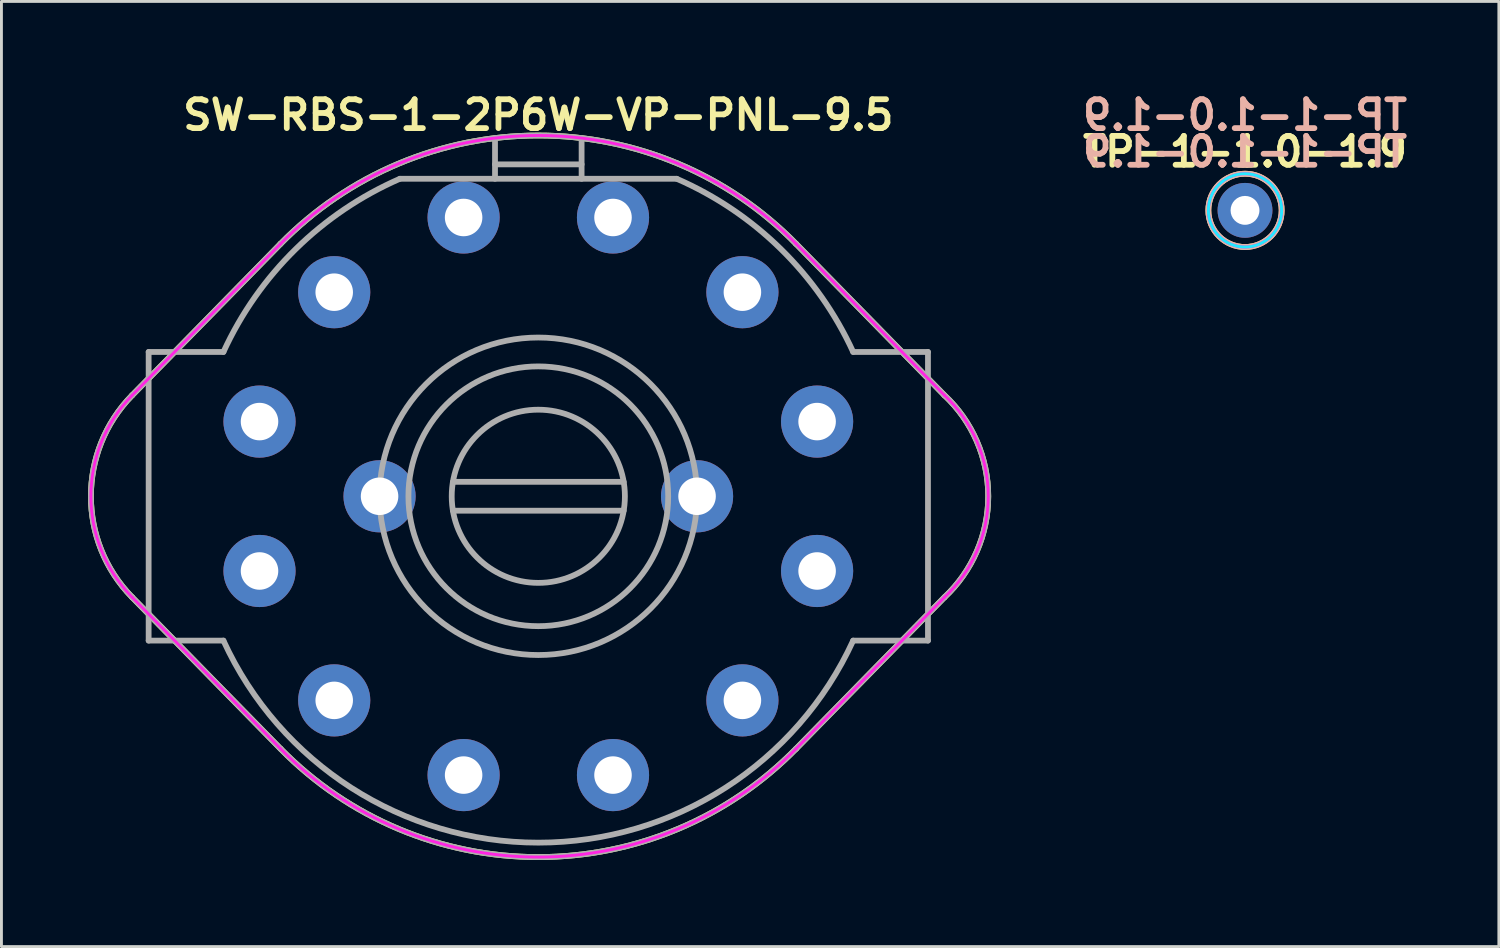
<source format=kicad_pcb>
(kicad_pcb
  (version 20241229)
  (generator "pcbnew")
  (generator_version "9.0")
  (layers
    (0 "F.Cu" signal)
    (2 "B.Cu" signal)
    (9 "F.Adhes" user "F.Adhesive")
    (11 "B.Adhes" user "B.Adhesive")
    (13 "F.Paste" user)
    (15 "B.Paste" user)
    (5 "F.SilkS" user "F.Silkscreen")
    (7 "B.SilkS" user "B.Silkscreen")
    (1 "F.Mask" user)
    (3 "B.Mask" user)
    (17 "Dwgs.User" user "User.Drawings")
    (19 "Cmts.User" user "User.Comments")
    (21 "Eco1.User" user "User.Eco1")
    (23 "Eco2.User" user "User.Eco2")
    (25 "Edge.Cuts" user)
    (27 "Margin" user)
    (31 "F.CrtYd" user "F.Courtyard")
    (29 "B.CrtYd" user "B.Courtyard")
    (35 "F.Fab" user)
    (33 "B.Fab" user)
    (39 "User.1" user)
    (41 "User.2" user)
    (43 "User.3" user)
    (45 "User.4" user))
  (footprint "SW-RBS-1-2P6W-VP-PNL-9.5"
    (layer "F.Cu")
    (at 15.6 14.144)
    (property "Reference" "SW-RBS-1-2P6W-VP-PNL-9.5" (at 0 -13.208 0) (layer "F.SilkS") (effects (font (size 1 1) (thickness 0.2))))
    (attr through_hole)
    (fp_line (start -14.071 -3.499) (end -8.929 -8.748) (stroke (width 0.2) (type solid)) (layer "F.SilkS"))
    (fp_line (start -14.071 3.499) (end -8.929 8.748) (stroke (width 0.2) (type solid)) (layer "F.SilkS"))
    (fp_line (start 8.929 -8.748) (end 14.071 -3.499) (stroke (width 0.2) (type solid)) (layer "F.SilkS"))
    (fp_line (start 8.929 8.748) (end 14.071 3.499) (stroke (width 0.2) (type solid)) (layer "F.SilkS"))
    (fp_arc (start -14.073297 3.497362) (mid -15.499999 -0.001335) (end -14.071428 -3.49927) (stroke (width 0.2) (type solid)) (layer "F.SilkS"))
    (fp_arc (start -8.933244 -8.743404) (mid -0.00334 -12.499998) (end 8.92857 -8.748177) (stroke (width 0.2) (type solid)) (layer "F.SilkS"))
    (fp_arc (start 8.933244 8.743404) (mid 0.00334 12.499998) (end -8.92857 8.748177) (stroke (width 0.2) (type solid)) (layer "F.SilkS"))
    (fp_arc (start 14.069435 -3.501135) (mid 15.588732 -0.001365) (end 14.071428 3.49927) (stroke (width 0.2) (type solid)) (layer "F.SilkS"))
    (fp_circle (center 0 0) (end 4.75 0) (stroke (width 0.4) (type solid)) (fill no) (layer "Eco1.User"))
    (fp_line (start -14.071 -3.499) (end -8.929 -8.748) (stroke (width 0.1) (type solid)) (layer "F.CrtYd"))
    (fp_line (start -14.071 3.499) (end -8.929 8.748) (stroke (width 0.1) (type solid)) (layer "F.CrtYd"))
    (fp_line (start 8.929 -8.748) (end 14.071 -3.499) (stroke (width 0.1) (type solid)) (layer "F.CrtYd"))
    (fp_line (start 8.929 8.748) (end 14.071 3.499) (stroke (width 0.1) (type solid)) (layer "F.CrtYd"))
    (fp_arc (start -14.073297 3.497362) (mid -15.499999 -0.001335) (end -14.071428 -3.49927) (stroke (width 0.1) (type solid)) (layer "F.CrtYd"))
    (fp_arc (start -8.933244 -8.743404) (mid -0.00334 -12.499998) (end 8.92857 -8.748177) (stroke (width 0.1) (type solid)) (layer "F.CrtYd"))
    (fp_arc (start 8.933244 8.743404) (mid 0.00334 12.499998) (end -8.92857 8.748177) (stroke (width 0.1) (type solid)) (layer "F.CrtYd"))
    (fp_arc (start 14.069435 -3.501135) (mid 15.588732 -0.001365) (end 14.071428 3.49927) (stroke (width 0.1) (type solid)) (layer "F.CrtYd"))
    (fp_line (start -14.071 -3.499) (end -8.929 -8.748) (stroke (width 0.2) (type solid)) (layer "F.Fab"))
    (fp_line (start -14.071 3.499) (end -8.929 8.748) (stroke (width 0.2) (type solid)) (layer "F.Fab"))
    (fp_line (start -13.5 -5) (end -13.5 5) (stroke (width 0.2) (type solid)) (layer "F.Fab"))
    (fp_line (start -13.5 -5) (end -10.909 -5) (stroke (width 0.2) (type solid)) (layer "F.Fab"))
    (fp_line (start -13.5 5) (end -10.909 5) (stroke (width 0.2) (type solid)) (layer "F.Fab"))
    (fp_line (start -4.796 -11) (end 4.796 -11) (stroke (width 0.2) (type solid)) (layer "F.Fab"))
    (fp_line (start -2.958 -0.5) (end 2.958 -0.5) (stroke (width 0.2) (type solid)) (layer "F.Fab"))
    (fp_line (start -2.958 0.5) (end 2.958 0.5) (stroke (width 0.2) (type solid)) (layer "F.Fab"))
    (fp_line (start -1.5 -12.41) (end -1.5 -11) (stroke (width 0.2) (type solid)) (layer "F.Fab"))
    (fp_line (start -1.5 -11.5) (end 1.5 -11.5) (stroke (width 0.2) (type solid)) (layer "F.Fab"))
    (fp_line (start 1.5 -12.41) (end 1.5 -11) (stroke (width 0.2) (type solid)) (layer "F.Fab"))
    (fp_line (start 8.929 -8.748) (end 14.071 -3.499) (stroke (width 0.2) (type solid)) (layer "F.Fab"))
    (fp_line (start 8.929 8.748) (end 14.071 3.499) (stroke (width 0.2) (type solid)) (layer "F.Fab"))
    (fp_line (start 10.909 -5) (end 13.5 -5) (stroke (width 0.2) (type solid)) (layer "F.Fab"))
    (fp_line (start 10.909 5) (end 13.5 5) (stroke (width 0.2) (type solid)) (layer "F.Fab"))
    (fp_line (start 13.5 -5) (end 13.5 5) (stroke (width 0.2) (type solid)) (layer "F.Fab"))
    (fp_arc (start -14.073297 3.497362) (mid -15.499999 -0.001335) (end -14.071428 -3.49927) (stroke (width 0.2) (type solid)) (layer "F.Fab"))
    (fp_arc (start -10.908711 -5) (mid -8.405841 -8.563984) (end -4.795831 -10.999999) (stroke (width 0.2) (type solid)) (layer "F.Fab"))
    (fp_arc (start -8.933244 -8.743404) (mid -0.00334 -12.499998) (end 8.92857 -8.748177) (stroke (width 0.2) (type solid)) (layer "F.Fab"))
    (fp_arc (start 4.795832 -10.999998) (mid 8.405841 -8.563983) (end 10.908711 -4.999999) (stroke (width 0.2) (type solid)) (layer "F.Fab"))
    (fp_arc (start 8.933244 8.743404) (mid 0.00334 12.499998) (end -8.92857 8.748177) (stroke (width 0.2) (type solid)) (layer "F.Fab"))
    (fp_arc (start 10.908711 5) (mid 0 11.999999) (end -10.908711 4.999999) (stroke (width 0.2) (type solid)) (layer "F.Fab"))
    (fp_arc (start 14.069435 -3.501135) (mid 15.588732 -0.001365) (end 14.071428 3.49927) (stroke (width 0.2) (type solid)) (layer "F.Fab"))
    (fp_circle (center 0 0) (end 3 0) (stroke (width 0.2) (type solid)) (fill no) (layer "F.Fab"))
    (fp_circle (center 0 0) (end 4.5 0) (stroke (width 0.2) (type solid)) (fill no) (layer "F.Fab"))
    (fp_circle (center 0 0) (end 5.5 0) (stroke (width 0.2) (type solid)) (fill no) (layer "F.Fab"))
    (pad "1-1" thru_hole circle (at -2.588 9.659) (size 2.5 2.5) (drill 1.3) (layers "*.Cu" "*.Mask"))
    (pad "1-2" thru_hole circle (at -7.071 7.071) (size 2.5 2.5) (drill 1.3) (layers "*.Cu" "*.Mask"))
    (pad "1-3" thru_hole circle (at -9.659 2.588) (size 2.5 2.5) (drill 1.3) (layers "*.Cu" "*.Mask"))
    (pad "1-4" thru_hole circle (at -9.659 -2.588) (size 2.5 2.5) (drill 1.3) (layers "*.Cu" "*.Mask"))
    (pad "1-5" thru_hole circle (at -7.071 -7.071) (size 2.5 2.5) (drill 1.3) (layers "*.Cu" "*.Mask"))
    (pad "1-6" thru_hole circle (at -2.588 -9.659) (size 2.5 2.5) (drill 1.3) (layers "*.Cu" "*.Mask"))
    (pad "2-1" thru_hole circle (at 2.588 -9.659) (size 2.5 2.5) (drill 1.3) (layers "*.Cu" "*.Mask"))
    (pad "2-2" thru_hole circle (at 7.071 -7.071) (size 2.5 2.5) (drill 1.3) (layers "*.Cu" "*.Mask"))
    (pad "2-3" thru_hole circle (at 9.659 -2.588) (size 2.5 2.5) (drill 1.3) (layers "*.Cu" "*.Mask"))
    (pad "2-4" thru_hole circle (at 9.659 2.588) (size 2.5 2.5) (drill 1.3) (layers "*.Cu" "*.Mask"))
    (pad "2-5" thru_hole circle (at 7.071 7.071) (size 2.5 2.5) (drill 1.3) (layers "*.Cu" "*.Mask"))
    (pad "2-6" thru_hole circle (at 2.588 9.659) (size 2.5 2.5) (drill 1.3) (layers "*.Cu" "*.Mask"))
    (pad "COM1" thru_hole circle (at -5.5 0) (size 2.5 2.5) (drill 1.3) (layers "*.Cu" "*.Mask"))
    (pad "COM2" thru_hole circle (at 5.5 0) (size 2.5 2.5) (drill 1.3) (layers "*.Cu" "*.Mask")))
  (footprint "TP-1-1.0-1.9"
    (layer "F.Cu")
    (at 40.084 4.238)
    (property "Reference" "TP-1-1.0-1.9" (at 0 -2.032 0) (unlocked yes) (layer "F.SilkS") (effects (font (size 1 1) (thickness 0.2))))
    (property "Value" "TP-1-1.0-1.9" (at 0 -3.302 0) (unlocked yes) (layer "F.SilkS") (hide yes) (effects (font (size 1 1) (thickness 0.2))))
    (attr through_hole)
    (fp_circle (center 0 0) (end 1.27 0) (stroke (width 0.2) (type solid)) (fill no) (layer "F.SilkS"))
    (fp_circle (center 0 0) (end 1.27 0) (stroke (width 0.2) (type solid)) (fill no) (layer "B.SilkS"))
    (fp_circle (center 0 0) (end 1.27 0) (stroke (width 0.1) (type solid)) (fill no) (layer "B.CrtYd"))
    (fp_circle (center 0 0) (end 1.27 0) (stroke (width 0.1) (type solid)) (fill no) (layer "F.CrtYd"))
    (fp_text user "${VALUE}" (at 0 -3.302 0) (unlocked yes) (layer "B.SilkS") (effects (font (size 1 1) (thickness 0.2)) (justify mirror)))
    (fp_text user "${REFERENCE}" (at 0 -2.032 0) (unlocked yes) (layer "B.SilkS") (effects (font (size 1 1) (thickness 0.2)) (justify mirror)))
    (pad "1" thru_hole circle (at 0 0) (size 1.9 1.9) (drill 1) (layers "*.Cu" "*.Mask")))
  (gr_rect
    (start -3 -3)
    (end 48.879 29.744)
    (stroke (width 0.1) (type default))
    (fill no)
    (layer "Edge.Cuts")))
</source>
